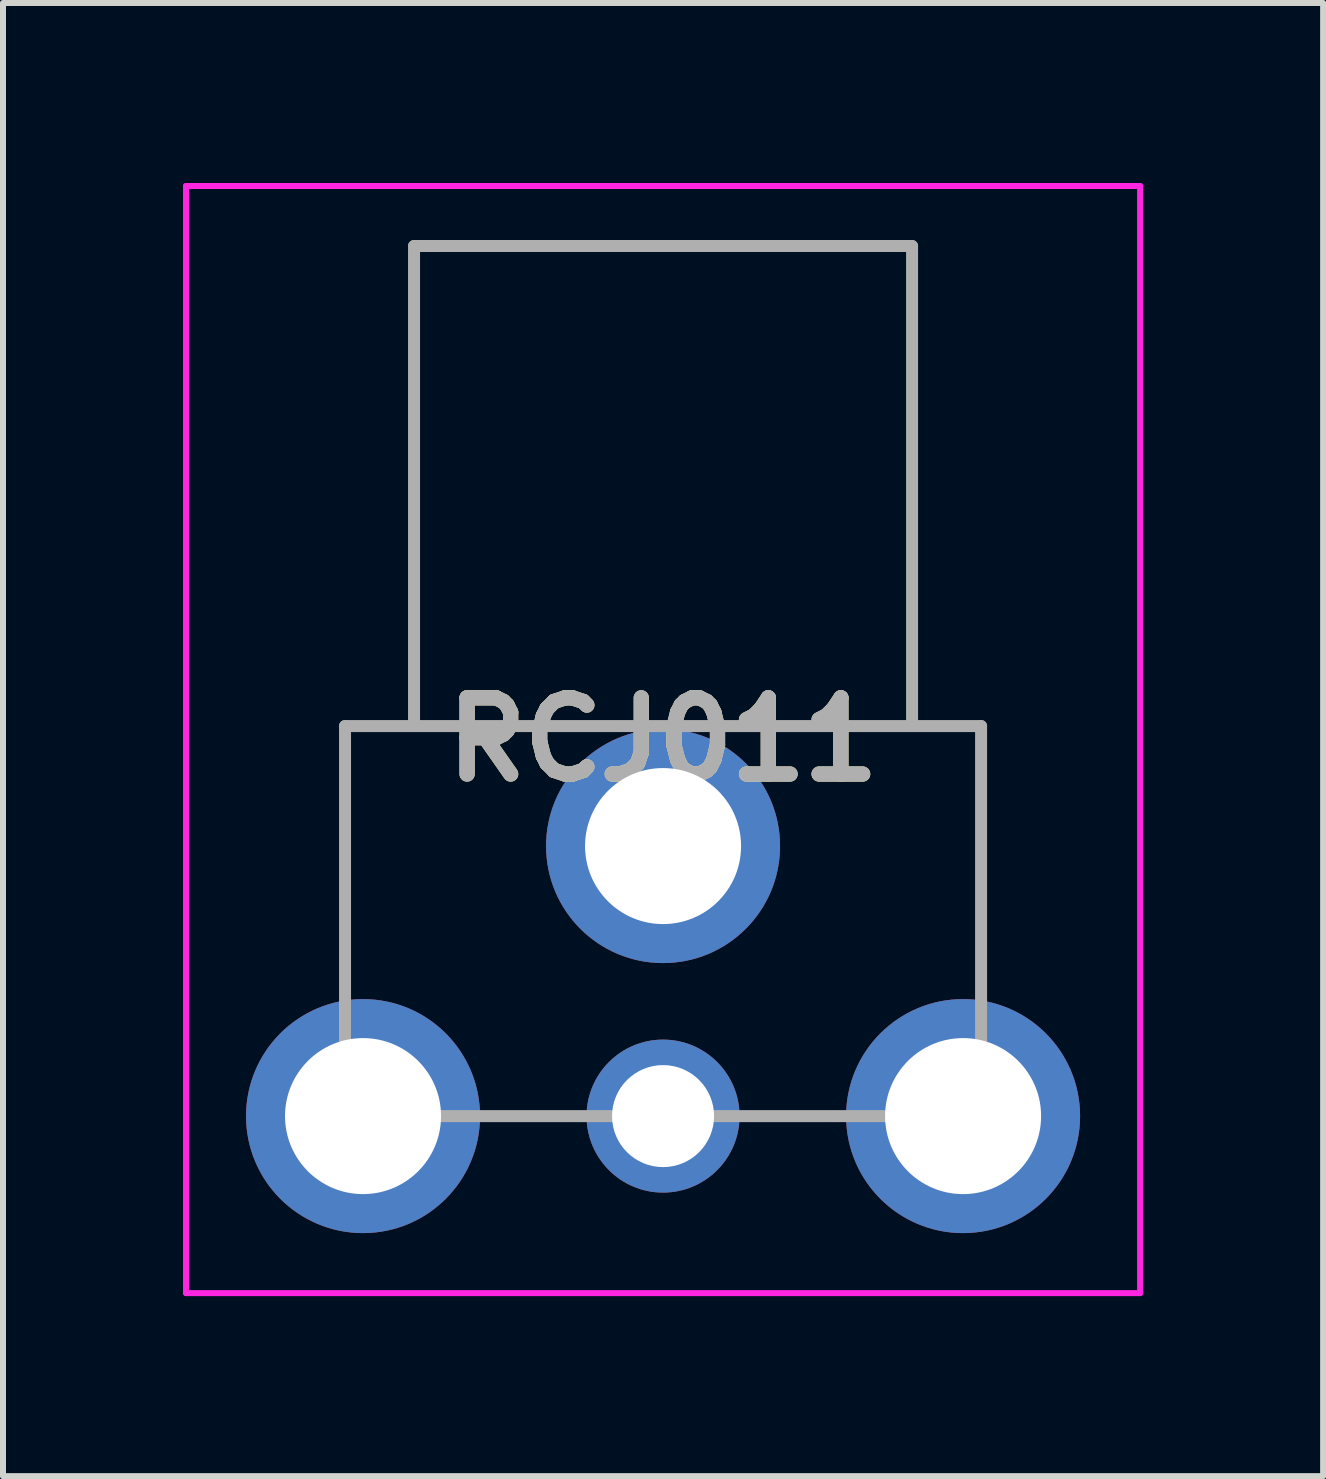
<source format=kicad_pcb>
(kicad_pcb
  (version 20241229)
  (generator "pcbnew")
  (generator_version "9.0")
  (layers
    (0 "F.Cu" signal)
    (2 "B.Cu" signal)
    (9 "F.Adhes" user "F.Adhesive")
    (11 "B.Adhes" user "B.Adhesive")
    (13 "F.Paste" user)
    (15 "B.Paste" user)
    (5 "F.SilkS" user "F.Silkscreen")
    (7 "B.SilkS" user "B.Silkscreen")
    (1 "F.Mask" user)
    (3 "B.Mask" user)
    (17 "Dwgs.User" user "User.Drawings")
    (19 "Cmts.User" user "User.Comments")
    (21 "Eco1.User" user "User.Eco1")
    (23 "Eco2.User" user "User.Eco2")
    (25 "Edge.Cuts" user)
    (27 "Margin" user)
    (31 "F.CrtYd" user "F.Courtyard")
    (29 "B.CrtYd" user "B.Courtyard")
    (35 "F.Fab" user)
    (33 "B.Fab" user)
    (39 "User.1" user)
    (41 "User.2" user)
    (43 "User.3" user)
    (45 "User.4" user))
  (footprint "RCJ011"
    (layer "F.Cu")
    (at 3 15.55)
    (property "Reference" "RCJ011" (at 5 -6.275 0) (layer "F.SilkS") (effects (font (size 1.27 1.27) (thickness 0.254))))
    (attr through_hole)
    (fp_line (start -0.3 -6.5) (end 3 -6.5) (stroke (width 0.1) (type solid)) (layer "F.SilkS"))
    (fp_line (start -0.3 -2.5) (end -0.3 -6.5) (stroke (width 0.1) (type solid)) (layer "F.SilkS"))
    (fp_line (start 7 -6.5) (end 10.3 -6.5) (stroke (width 0.1) (type solid)) (layer "F.SilkS"))
    (fp_line (start 10.3 -6.5) (end 10.3 -2.5) (stroke (width 0.1) (type solid)) (layer "F.SilkS"))
    (fp_line (start -2.95 -15.5) (end 12.95 -15.5) (stroke (width 0.1) (type solid)) (layer "F.CrtYd"))
    (fp_line (start -2.95 2.95) (end -2.95 -15.5) (stroke (width 0.1) (type solid)) (layer "F.CrtYd"))
    (fp_line (start 12.95 -15.5) (end 12.95 2.95) (stroke (width 0.1) (type solid)) (layer "F.CrtYd"))
    (fp_line (start 12.95 2.95) (end -2.95 2.95) (stroke (width 0.1) (type solid)) (layer "F.CrtYd"))
    (fp_line (start -0.3 -6.5) (end 10.3 -6.5) (stroke (width 0.2) (type solid)) (layer "F.Fab"))
    (fp_line (start -0.3 0) (end -0.3 -6.5) (stroke (width 0.2) (type solid)) (layer "F.Fab"))
    (fp_line (start 0.85 -14.5) (end 9.15 -14.5) (stroke (width 0.2) (type solid)) (layer "F.Fab"))
    (fp_line (start 0.85 -6.5) (end 0.85 -14.5) (stroke (width 0.2) (type solid)) (layer "F.Fab"))
    (fp_line (start 9.15 -14.5) (end 9.15 -6.5) (stroke (width 0.2) (type solid)) (layer "F.Fab"))
    (fp_line (start 10.3 -6.5) (end 10.3 0) (stroke (width 0.2) (type solid)) (layer "F.Fab"))
    (fp_line (start 10.3 0) (end -0.3 0) (stroke (width 0.2) (type solid)) (layer "F.Fab"))
    (fp_text user "${REFERENCE}" (at 5 -6.275 0) (layer "F.Fab") (effects (font (size 1.27 1.27) (thickness 0.254))))
    (pad "1" thru_hole circle (at 0 0) (size 3.9 3.9) (drill 2.6) (layers "*.Cu" "*.Mask"))
    (pad "2" thru_hole circle (at 5 0) (size 2.55 2.55) (drill 1.7) (layers "*.Cu" "*.Mask"))
    (pad "12" thru_hole circle (at 10 0) (size 3.9 3.9) (drill 2.6) (layers "*.Cu" "*.Mask"))
    (pad "13" thru_hole circle (at 5 -4.5) (size 3.9 3.9) (drill 2.6) (layers "*.Cu" "*.Mask")))
  (gr_rect
    (start -3 -3)
    (end 19 21.55)
    (stroke (width 0.1) (type default))
    (fill no)
    (layer "Edge.Cuts")))
</source>
